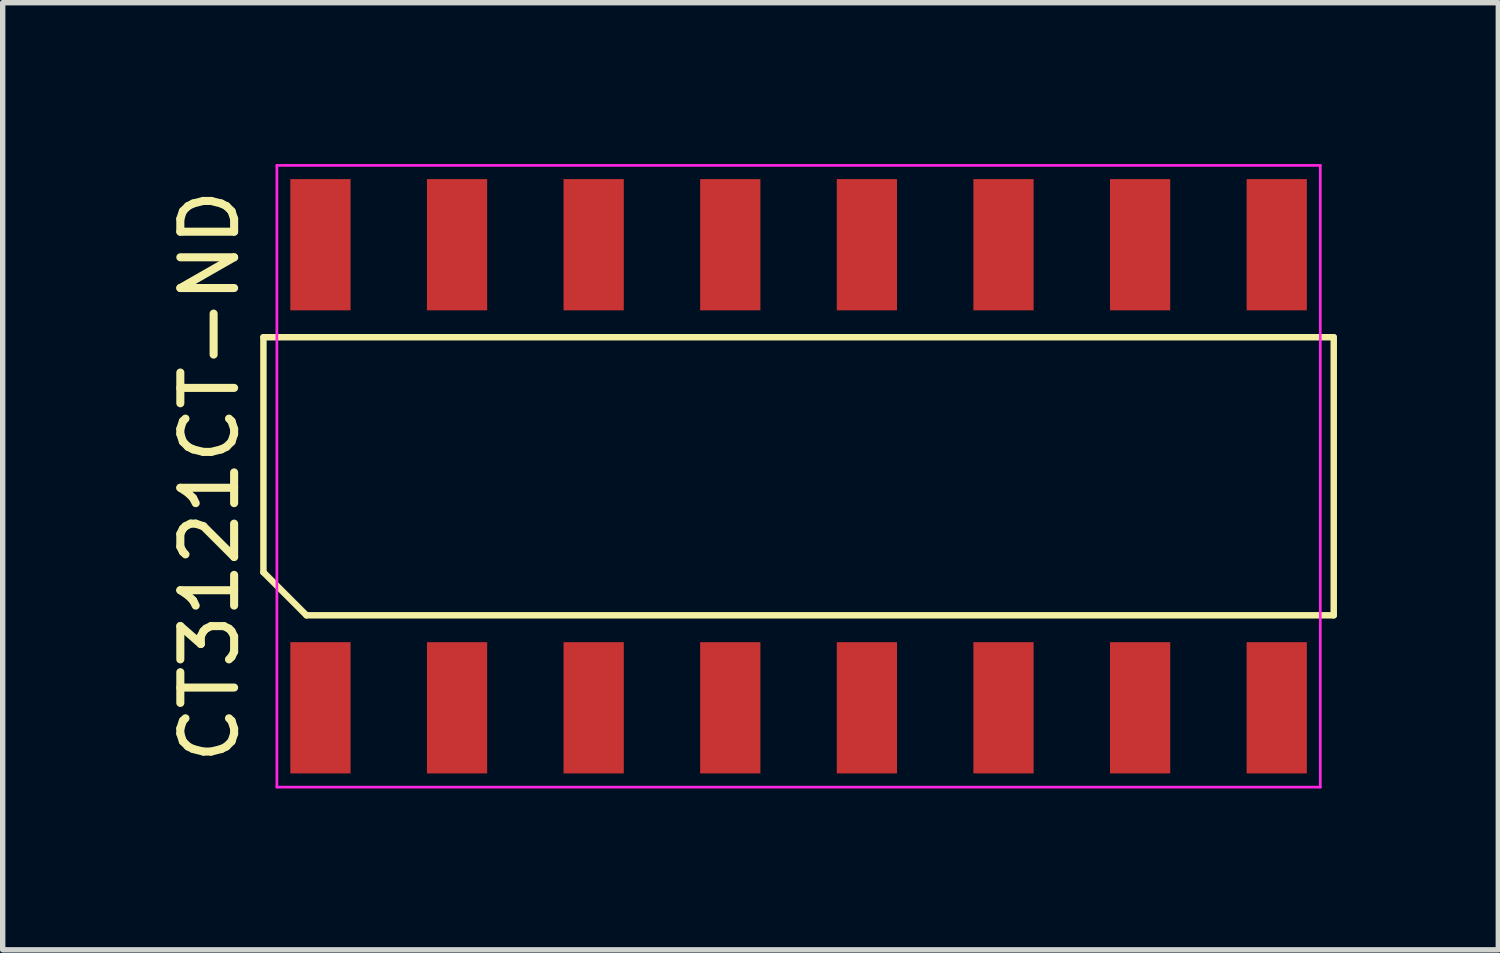
<source format=kicad_pcb>
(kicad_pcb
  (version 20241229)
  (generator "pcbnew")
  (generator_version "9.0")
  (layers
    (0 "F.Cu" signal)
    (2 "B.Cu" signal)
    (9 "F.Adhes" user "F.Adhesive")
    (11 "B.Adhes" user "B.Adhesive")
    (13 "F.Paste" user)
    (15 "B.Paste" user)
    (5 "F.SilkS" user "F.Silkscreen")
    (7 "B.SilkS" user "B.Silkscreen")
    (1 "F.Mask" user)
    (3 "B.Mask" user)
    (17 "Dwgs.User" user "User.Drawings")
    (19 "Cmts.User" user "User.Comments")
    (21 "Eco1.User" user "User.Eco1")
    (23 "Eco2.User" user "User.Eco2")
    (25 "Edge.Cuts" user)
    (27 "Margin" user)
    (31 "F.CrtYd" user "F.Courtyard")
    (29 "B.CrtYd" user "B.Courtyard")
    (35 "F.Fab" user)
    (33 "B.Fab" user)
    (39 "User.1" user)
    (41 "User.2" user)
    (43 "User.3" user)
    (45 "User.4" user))
  (footprint "CT3121CT-ND"
    (layer "F.Cu")
    (at 11.798 5.805)
    (property "Reference" "CT3121CT-ND" (at -10.95 0 90) (layer "F.SilkS") (effects (font (size 1 1) (thickness 0.15))))
    (attr smd)
    (fp_line (start -9.95 -2.585) (end 9.95 -2.585) (stroke (width 0.12) (type solid)) (layer "F.SilkS"))
    (fp_line (start -9.95 1.785) (end -9.95 -2.585) (stroke (width 0.12) (type solid)) (layer "F.SilkS"))
    (fp_line (start -9.15 2.585) (end -9.95 1.785) (stroke (width 0.12) (type solid)) (layer "F.SilkS"))
    (fp_line (start 9.95 -2.585) (end 9.95 2.585) (stroke (width 0.12) (type solid)) (layer "F.SilkS"))
    (fp_line (start 9.95 2.585) (end -9.15 2.585) (stroke (width 0.12) (type solid)) (layer "F.SilkS"))
    (fp_line (start -9.7 -5.78) (end 9.7 -5.78) (stroke (width 0.05) (type solid)) (layer "F.CrtYd"))
    (fp_line (start -9.7 5.78) (end -9.7 -5.78) (stroke (width 0.05) (type solid)) (layer "F.CrtYd"))
    (fp_line (start 9.7 -5.78) (end 9.7 5.78) (stroke (width 0.05) (type solid)) (layer "F.CrtYd"))
    (fp_line (start 9.7 5.78) (end -9.7 5.78) (stroke (width 0.05) (type solid)) (layer "F.CrtYd"))
    (pad "1" smd rect (at -8.89 4.305) (size 1.12 2.44) (layers "F.Cu" "F.Mask" "F.Paste"))
    (pad "2" smd rect (at -6.35 4.305) (size 1.12 2.44) (layers "F.Cu" "F.Mask" "F.Paste"))
    (pad "3" smd rect (at -3.81 4.305) (size 1.12 2.44) (layers "F.Cu" "F.Mask" "F.Paste"))
    (pad "4" smd rect (at -1.27 4.305) (size 1.12 2.44) (layers "F.Cu" "F.Mask" "F.Paste"))
    (pad "5" smd rect (at 1.27 4.305) (size 1.12 2.44) (layers "F.Cu" "F.Mask" "F.Paste"))
    (pad "6" smd rect (at 3.81 4.305) (size 1.12 2.44) (layers "F.Cu" "F.Mask" "F.Paste"))
    (pad "7" smd rect (at 6.35 4.305) (size 1.12 2.44) (layers "F.Cu" "F.Mask" "F.Paste"))
    (pad "8" smd rect (at 8.89 4.305) (size 1.12 2.44) (layers "F.Cu" "F.Mask" "F.Paste"))
    (pad "9" smd rect (at 8.89 -4.305) (size 1.12 2.44) (layers "F.Cu" "F.Mask" "F.Paste"))
    (pad "10" smd rect (at 6.35 -4.305) (size 1.12 2.44) (layers "F.Cu" "F.Mask" "F.Paste"))
    (pad "11" smd rect (at 3.81 -4.305) (size 1.12 2.44) (layers "F.Cu" "F.Mask" "F.Paste"))
    (pad "12" smd rect (at 1.27 -4.305) (size 1.12 2.44) (layers "F.Cu" "F.Mask" "F.Paste"))
    (pad "13" smd rect (at -1.27 -4.305) (size 1.12 2.44) (layers "F.Cu" "F.Mask" "F.Paste"))
    (pad "14" smd rect (at -3.81 -4.305) (size 1.12 2.44) (layers "F.Cu" "F.Mask" "F.Paste"))
    (pad "15" smd rect (at -6.35 -4.305) (size 1.12 2.44) (layers "F.Cu" "F.Mask" "F.Paste"))
    (pad "16" smd rect (at -8.89 -4.305) (size 1.12 2.44) (layers "F.Cu" "F.Mask" "F.Paste")))
  (gr_rect
    (start -3 -3)
    (end 24.808 14.61)
    (stroke (width 0.1) (type default))
    (fill no)
    (layer "Edge.Cuts")))
</source>
